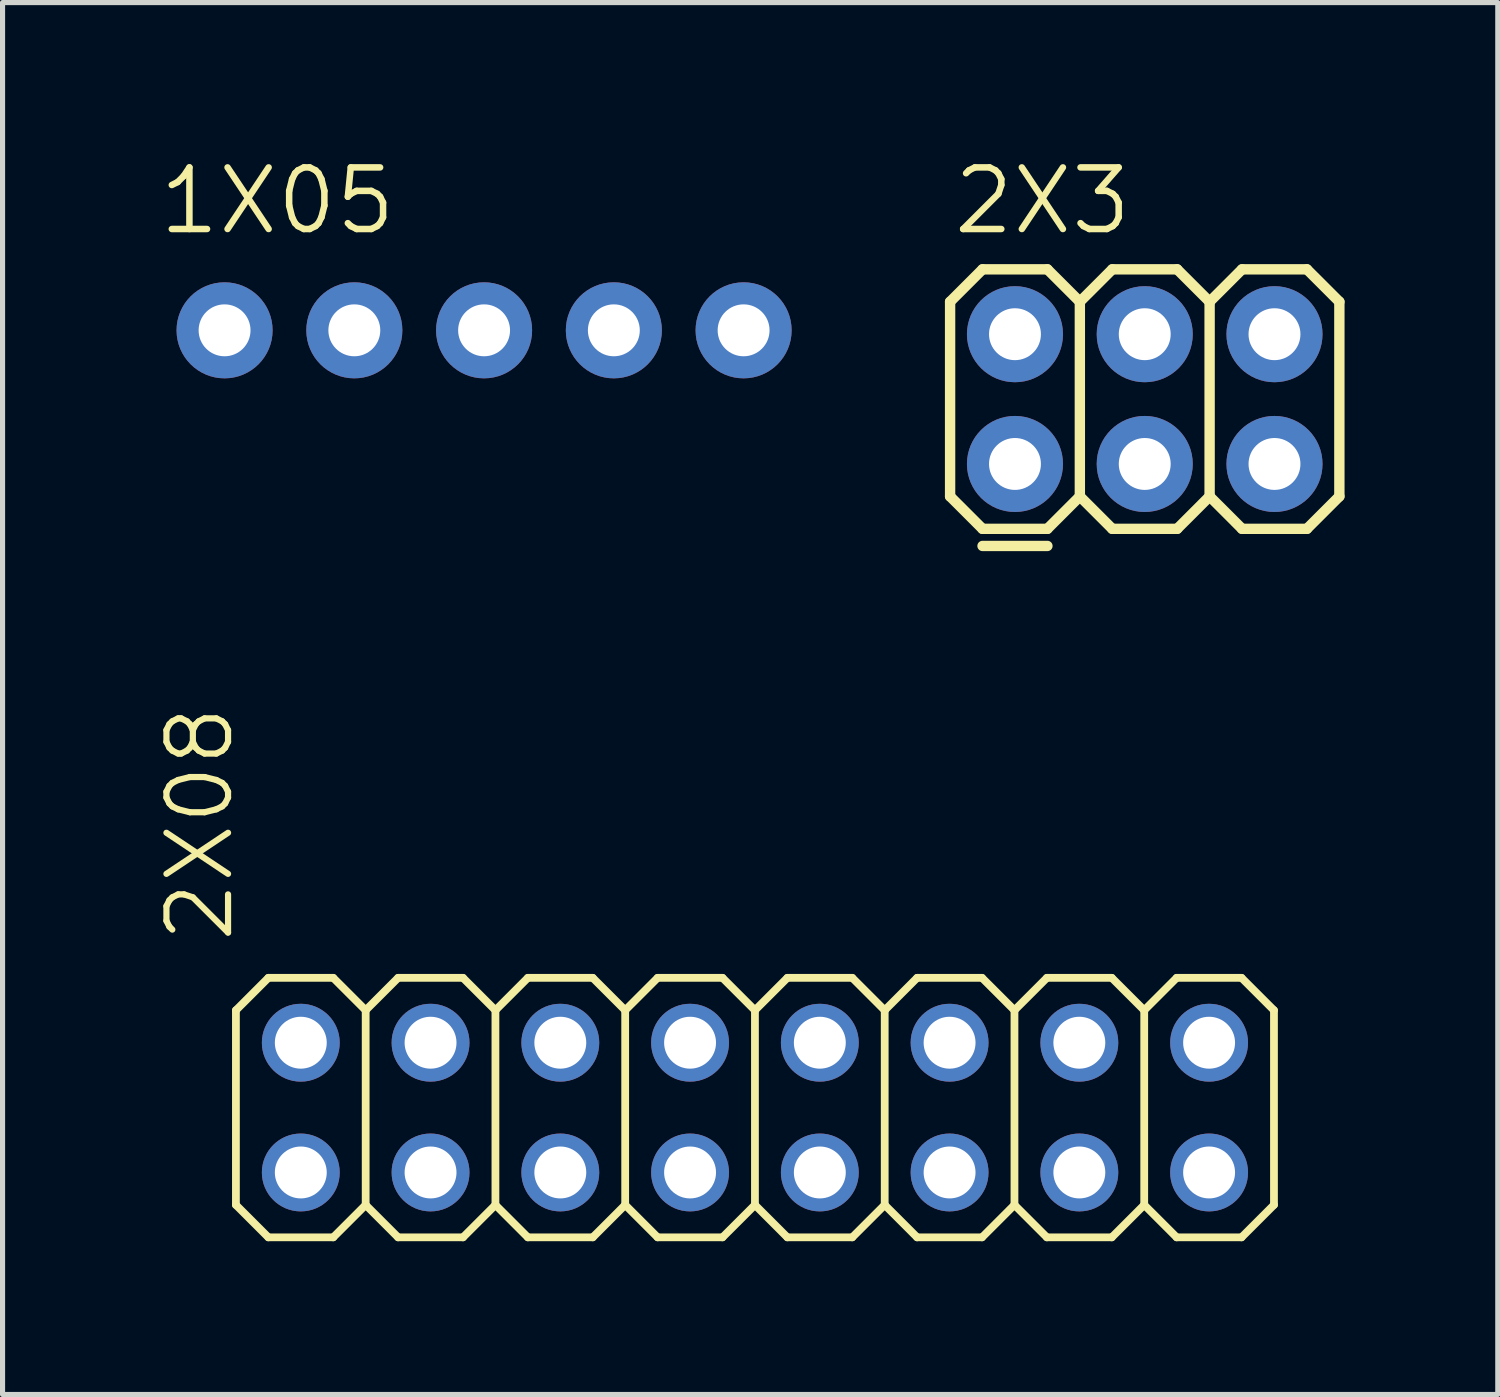
<source format=kicad_pcb>
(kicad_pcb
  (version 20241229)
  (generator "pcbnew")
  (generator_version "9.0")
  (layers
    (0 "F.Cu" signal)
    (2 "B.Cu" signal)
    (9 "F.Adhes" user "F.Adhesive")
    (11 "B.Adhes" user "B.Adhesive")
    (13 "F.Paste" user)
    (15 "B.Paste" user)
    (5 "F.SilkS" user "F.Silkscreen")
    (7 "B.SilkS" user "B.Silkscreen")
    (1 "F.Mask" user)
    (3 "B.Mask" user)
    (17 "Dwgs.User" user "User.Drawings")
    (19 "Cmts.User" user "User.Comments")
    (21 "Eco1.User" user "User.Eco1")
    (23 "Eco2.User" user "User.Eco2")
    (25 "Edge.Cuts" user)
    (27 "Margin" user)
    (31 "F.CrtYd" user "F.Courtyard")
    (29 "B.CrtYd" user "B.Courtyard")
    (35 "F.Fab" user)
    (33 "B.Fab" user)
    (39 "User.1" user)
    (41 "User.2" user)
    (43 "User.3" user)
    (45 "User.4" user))
  (footprint "1X05"
    (layer "F.Cu")
    (at 1.346 3.416)
    (property "Reference" "1X05" (at -1.346 -1.829 0) (layer "F.SilkS") (effects (font (size 1.206 1.206) (thickness 0.127)) (justify left bottom)))
    (attr through_hole)
    (fp_poly (pts (xy -0.254 0.254) (xy 0.254 0.254) (xy 0.254 -0.254) (xy -0.254 -0.254)) (stroke (width 0.1) (type solid)) (fill no) (layer "F.Fab"))
    (fp_poly (pts (xy 2.286 0.254) (xy 2.794 0.254) (xy 2.794 -0.254) (xy 2.286 -0.254)) (stroke (width 0.1) (type solid)) (fill no) (layer "F.Fab"))
    (fp_poly (pts (xy 4.826 0.254) (xy 5.334 0.254) (xy 5.334 -0.254) (xy 4.826 -0.254)) (stroke (width 0.1) (type solid)) (fill no) (layer "F.Fab"))
    (fp_poly (pts (xy 7.366 0.254) (xy 7.874 0.254) (xy 7.874 -0.254) (xy 7.366 -0.254)) (stroke (width 0.1) (type solid)) (fill no) (layer "F.Fab"))
    (fp_poly (pts (xy 9.906 0.254) (xy 10.414 0.254) (xy 10.414 -0.254) (xy 9.906 -0.254)) (stroke (width 0.1) (type solid)) (fill no) (layer "F.Fab"))
    (pad "1" thru_hole circle (at 0 0 90) (size 1.88 1.88) (drill 1.016) (layers "*.Cu" "*.Mask"))
    (pad "2" thru_hole circle (at 2.54 0 90) (size 1.88 1.88) (drill 1.016) (layers "*.Cu" "*.Mask"))
    (pad "3" thru_hole circle (at 5.08 0 90) (size 1.88 1.88) (drill 1.016) (layers "*.Cu" "*.Mask"))
    (pad "4" thru_hole circle (at 7.62 0 90) (size 1.88 1.88) (drill 1.016) (layers "*.Cu" "*.Mask"))
    (pad "5" thru_hole circle (at 10.16 0 90) (size 1.88 1.88) (drill 1.016) (layers "*.Cu" "*.Mask")))
  (footprint "2X08"
    (layer "F.Cu")
    (at 11.728 18.631)
    (property "Reference" "2X08" (at -10.16 -3.175 90) (layer "F.SilkS") (effects (font (size 1.206 1.206) (thickness 0.121)) (justify left bottom)))
    (attr through_hole)
    (fp_line (start -10.16 -1.905) (end -9.525 -2.54) (stroke (width 0.152) (type solid)) (layer "F.SilkS"))
    (fp_line (start -10.16 1.905) (end -10.16 -1.905) (stroke (width 0.152) (type solid)) (layer "F.SilkS"))
    (fp_line (start -10.16 1.905) (end -9.525 2.54) (stroke (width 0.152) (type solid)) (layer "F.SilkS"))
    (fp_line (start -9.525 -2.54) (end -8.255 -2.54) (stroke (width 0.152) (type solid)) (layer "F.SilkS"))
    (fp_line (start -9.525 2.54) (end -8.255 2.54) (stroke (width 0.152) (type solid)) (layer "F.SilkS"))
    (fp_line (start -8.255 -2.54) (end -7.62 -1.905) (stroke (width 0.152) (type solid)) (layer "F.SilkS"))
    (fp_line (start -8.255 2.54) (end -7.62 1.905) (stroke (width 0.152) (type solid)) (layer "F.SilkS"))
    (fp_line (start -7.62 -1.905) (end -7.62 1.905) (stroke (width 0.152) (type solid)) (layer "F.SilkS"))
    (fp_line (start -7.62 -1.905) (end -6.985 -2.54) (stroke (width 0.152) (type solid)) (layer "F.SilkS"))
    (fp_line (start -7.62 1.905) (end -6.985 2.54) (stroke (width 0.152) (type solid)) (layer "F.SilkS"))
    (fp_line (start -6.985 -2.54) (end -5.715 -2.54) (stroke (width 0.152) (type solid)) (layer "F.SilkS"))
    (fp_line (start -6.985 2.54) (end -5.715 2.54) (stroke (width 0.152) (type solid)) (layer "F.SilkS"))
    (fp_line (start -5.715 -2.54) (end -5.08 -1.905) (stroke (width 0.152) (type solid)) (layer "F.SilkS"))
    (fp_line (start -5.715 2.54) (end -5.08 1.905) (stroke (width 0.152) (type solid)) (layer "F.SilkS"))
    (fp_line (start -5.08 -1.905) (end -5.08 1.905) (stroke (width 0.152) (type solid)) (layer "F.SilkS"))
    (fp_line (start -5.08 -1.905) (end -4.445 -2.54) (stroke (width 0.152) (type solid)) (layer "F.SilkS"))
    (fp_line (start -5.08 1.905) (end -4.445 2.54) (stroke (width 0.152) (type solid)) (layer "F.SilkS"))
    (fp_line (start -4.445 -2.54) (end -3.175 -2.54) (stroke (width 0.152) (type solid)) (layer "F.SilkS"))
    (fp_line (start -4.445 2.54) (end -3.175 2.54) (stroke (width 0.152) (type solid)) (layer "F.SilkS"))
    (fp_line (start -3.175 -2.54) (end -2.54 -1.905) (stroke (width 0.152) (type solid)) (layer "F.SilkS"))
    (fp_line (start -3.175 2.54) (end -2.54 1.905) (stroke (width 0.152) (type solid)) (layer "F.SilkS"))
    (fp_line (start -2.54 -1.905) (end -2.54 1.905) (stroke (width 0.152) (type solid)) (layer "F.SilkS"))
    (fp_line (start -2.54 -1.905) (end -1.905 -2.54) (stroke (width 0.152) (type solid)) (layer "F.SilkS"))
    (fp_line (start -2.54 1.905) (end -1.905 2.54) (stroke (width 0.152) (type solid)) (layer "F.SilkS"))
    (fp_line (start -1.905 -2.54) (end -0.635 -2.54) (stroke (width 0.152) (type solid)) (layer "F.SilkS"))
    (fp_line (start -1.905 2.54) (end -0.635 2.54) (stroke (width 0.152) (type solid)) (layer "F.SilkS"))
    (fp_line (start -0.635 -2.54) (end 0 -1.905) (stroke (width 0.152) (type solid)) (layer "F.SilkS"))
    (fp_line (start -0.635 2.54) (end 0 1.905) (stroke (width 0.152) (type solid)) (layer "F.SilkS"))
    (fp_line (start 0 -1.905) (end 0 1.905) (stroke (width 0.152) (type solid)) (layer "F.SilkS"))
    (fp_line (start 0 -1.905) (end 0.635 -2.54) (stroke (width 0.152) (type solid)) (layer "F.SilkS"))
    (fp_line (start 0 1.905) (end 0.635 2.54) (stroke (width 0.152) (type solid)) (layer "F.SilkS"))
    (fp_line (start 0.635 -2.54) (end 1.905 -2.54) (stroke (width 0.152) (type solid)) (layer "F.SilkS"))
    (fp_line (start 0.635 2.54) (end 1.905 2.54) (stroke (width 0.152) (type solid)) (layer "F.SilkS"))
    (fp_line (start 1.905 -2.54) (end 2.54 -1.905) (stroke (width 0.152) (type solid)) (layer "F.SilkS"))
    (fp_line (start 1.905 2.54) (end 2.54 1.905) (stroke (width 0.152) (type solid)) (layer "F.SilkS"))
    (fp_line (start 2.54 -1.905) (end 2.54 1.905) (stroke (width 0.152) (type solid)) (layer "F.SilkS"))
    (fp_line (start 2.54 -1.905) (end 3.175 -2.54) (stroke (width 0.152) (type solid)) (layer "F.SilkS"))
    (fp_line (start 2.54 1.905) (end 3.175 2.54) (stroke (width 0.152) (type solid)) (layer "F.SilkS"))
    (fp_line (start 3.175 -2.54) (end 4.445 -2.54) (stroke (width 0.152) (type solid)) (layer "F.SilkS"))
    (fp_line (start 3.175 2.54) (end 4.445 2.54) (stroke (width 0.152) (type solid)) (layer "F.SilkS"))
    (fp_line (start 4.445 -2.54) (end 5.08 -1.905) (stroke (width 0.152) (type solid)) (layer "F.SilkS"))
    (fp_line (start 4.445 2.54) (end 5.08 1.905) (stroke (width 0.152) (type solid)) (layer "F.SilkS"))
    (fp_line (start 5.08 -1.905) (end 5.08 1.905) (stroke (width 0.152) (type solid)) (layer "F.SilkS"))
    (fp_line (start 5.08 -1.905) (end 5.715 -2.54) (stroke (width 0.152) (type solid)) (layer "F.SilkS"))
    (fp_line (start 5.08 1.905) (end 5.715 2.54) (stroke (width 0.152) (type solid)) (layer "F.SilkS"))
    (fp_line (start 5.715 -2.54) (end 6.985 -2.54) (stroke (width 0.152) (type solid)) (layer "F.SilkS"))
    (fp_line (start 5.715 2.54) (end 6.985 2.54) (stroke (width 0.152) (type solid)) (layer "F.SilkS"))
    (fp_line (start 6.985 -2.54) (end 7.62 -1.905) (stroke (width 0.152) (type solid)) (layer "F.SilkS"))
    (fp_line (start 7.62 -1.905) (end 7.62 1.905) (stroke (width 0.152) (type solid)) (layer "F.SilkS"))
    (fp_line (start 7.62 -1.905) (end 8.255 -2.54) (stroke (width 0.152) (type solid)) (layer "F.SilkS"))
    (fp_line (start 7.62 1.905) (end 6.985 2.54) (stroke (width 0.152) (type solid)) (layer "F.SilkS"))
    (fp_line (start 7.62 1.905) (end 8.255 2.54) (stroke (width 0.152) (type solid)) (layer "F.SilkS"))
    (fp_line (start 8.255 -2.54) (end 9.525 -2.54) (stroke (width 0.152) (type solid)) (layer "F.SilkS"))
    (fp_line (start 8.255 2.54) (end 9.525 2.54) (stroke (width 0.152) (type solid)) (layer "F.SilkS"))
    (fp_line (start 9.525 -2.54) (end 10.16 -1.905) (stroke (width 0.152) (type solid)) (layer "F.SilkS"))
    (fp_line (start 10.16 -1.905) (end 10.16 1.905) (stroke (width 0.152) (type solid)) (layer "F.SilkS"))
    (fp_line (start 10.16 1.905) (end 9.525 2.54) (stroke (width 0.152) (type solid)) (layer "F.SilkS"))
    (fp_poly (pts (xy -9.144 -1.016) (xy -8.636 -1.016) (xy -8.636 -1.524) (xy -9.144 -1.524)) (stroke (width 0.1) (type solid)) (fill no) (layer "F.Fab"))
    (fp_poly (pts (xy -9.144 1.524) (xy -8.636 1.524) (xy -8.636 1.016) (xy -9.144 1.016)) (stroke (width 0.1) (type solid)) (fill no) (layer "F.Fab"))
    (fp_poly (pts (xy -6.604 -1.016) (xy -6.096 -1.016) (xy -6.096 -1.524) (xy -6.604 -1.524)) (stroke (width 0.1) (type solid)) (fill no) (layer "F.Fab"))
    (fp_poly (pts (xy -6.604 1.524) (xy -6.096 1.524) (xy -6.096 1.016) (xy -6.604 1.016)) (stroke (width 0.1) (type solid)) (fill no) (layer "F.Fab"))
    (fp_poly (pts (xy -4.064 -1.016) (xy -3.556 -1.016) (xy -3.556 -1.524) (xy -4.064 -1.524)) (stroke (width 0.1) (type solid)) (fill no) (layer "F.Fab"))
    (fp_poly (pts (xy -4.064 1.524) (xy -3.556 1.524) (xy -3.556 1.016) (xy -4.064 1.016)) (stroke (width 0.1) (type solid)) (fill no) (layer "F.Fab"))
    (fp_poly (pts (xy -1.524 -1.016) (xy -1.016 -1.016) (xy -1.016 -1.524) (xy -1.524 -1.524)) (stroke (width 0.1) (type solid)) (fill no) (layer "F.Fab"))
    (fp_poly (pts (xy -1.524 1.524) (xy -1.016 1.524) (xy -1.016 1.016) (xy -1.524 1.016)) (stroke (width 0.1) (type solid)) (fill no) (layer "F.Fab"))
    (fp_poly (pts (xy 1.016 -1.016) (xy 1.524 -1.016) (xy 1.524 -1.524) (xy 1.016 -1.524)) (stroke (width 0.1) (type solid)) (fill no) (layer "F.Fab"))
    (fp_poly (pts (xy 1.016 1.524) (xy 1.524 1.524) (xy 1.524 1.016) (xy 1.016 1.016)) (stroke (width 0.1) (type solid)) (fill no) (layer "F.Fab"))
    (fp_poly (pts (xy 3.556 -1.016) (xy 4.064 -1.016) (xy 4.064 -1.524) (xy 3.556 -1.524)) (stroke (width 0.1) (type solid)) (fill no) (layer "F.Fab"))
    (fp_poly (pts (xy 3.556 1.524) (xy 4.064 1.524) (xy 4.064 1.016) (xy 3.556 1.016)) (stroke (width 0.1) (type solid)) (fill no) (layer "F.Fab"))
    (fp_poly (pts (xy 6.096 -1.016) (xy 6.604 -1.016) (xy 6.604 -1.524) (xy 6.096 -1.524)) (stroke (width 0.1) (type solid)) (fill no) (layer "F.Fab"))
    (fp_poly (pts (xy 6.096 1.524) (xy 6.604 1.524) (xy 6.604 1.016) (xy 6.096 1.016)) (stroke (width 0.1) (type solid)) (fill no) (layer "F.Fab"))
    (fp_poly (pts (xy 8.636 -1.016) (xy 9.144 -1.016) (xy 9.144 -1.524) (xy 8.636 -1.524)) (stroke (width 0.1) (type solid)) (fill no) (layer "F.Fab"))
    (fp_poly (pts (xy 8.636 1.524) (xy 9.144 1.524) (xy 9.144 1.016) (xy 8.636 1.016)) (stroke (width 0.1) (type solid)) (fill no) (layer "F.Fab"))
    (pad "1" thru_hole circle (at -8.89 1.27) (size 1.524 1.524) (drill 1.016) (layers "*.Cu" "*.Mask"))
    (pad "2" thru_hole circle (at -8.89 -1.27) (size 1.524 1.524) (drill 1.016) (layers "*.Cu" "*.Mask"))
    (pad "3" thru_hole circle (at -6.35 1.27) (size 1.524 1.524) (drill 1.016) (layers "*.Cu" "*.Mask"))
    (pad "4" thru_hole circle (at -6.35 -1.27) (size 1.524 1.524) (drill 1.016) (layers "*.Cu" "*.Mask"))
    (pad "5" thru_hole circle (at -3.81 1.27) (size 1.524 1.524) (drill 1.016) (layers "*.Cu" "*.Mask"))
    (pad "6" thru_hole circle (at -3.81 -1.27) (size 1.524 1.524) (drill 1.016) (layers "*.Cu" "*.Mask"))
    (pad "7" thru_hole circle (at -1.27 1.27) (size 1.524 1.524) (drill 1.016) (layers "*.Cu" "*.Mask"))
    (pad "8" thru_hole circle (at -1.27 -1.27) (size 1.524 1.524) (drill 1.016) (layers "*.Cu" "*.Mask"))
    (pad "9" thru_hole circle (at 1.27 1.27) (size 1.524 1.524) (drill 1.016) (layers "*.Cu" "*.Mask"))
    (pad "10" thru_hole circle (at 1.27 -1.27) (size 1.524 1.524) (drill 1.016) (layers "*.Cu" "*.Mask"))
    (pad "11" thru_hole circle (at 3.81 1.27) (size 1.524 1.524) (drill 1.016) (layers "*.Cu" "*.Mask"))
    (pad "12" thru_hole circle (at 3.81 -1.27) (size 1.524 1.524) (drill 1.016) (layers "*.Cu" "*.Mask"))
    (pad "13" thru_hole circle (at 6.35 1.27) (size 1.524 1.524) (drill 1.016) (layers "*.Cu" "*.Mask"))
    (pad "14" thru_hole circle (at 6.35 -1.27) (size 1.524 1.524) (drill 1.016) (layers "*.Cu" "*.Mask"))
    (pad "15" thru_hole circle (at 8.89 1.27) (size 1.524 1.524) (drill 1.016) (layers "*.Cu" "*.Mask"))
    (pad "16" thru_hole circle (at 8.89 -1.27) (size 1.524 1.524) (drill 1.016) (layers "*.Cu" "*.Mask")))
  (footprint "2X3"
    (layer "F.Cu")
    (at 16.818 6.032)
    (property "Reference" "2X3" (at -1.27 -4.445 0) (layer "F.SilkS") (effects (font (size 1.206 1.206) (thickness 0.127)) (justify left bottom)))
    (attr through_hole)
    (fp_line (start -1.27 -3.175) (end -0.635 -3.81) (stroke (width 0.203) (type solid)) (layer "F.SilkS"))
    (fp_line (start -1.27 0.635) (end -1.27 -3.175) (stroke (width 0.203) (type solid)) (layer "F.SilkS"))
    (fp_line (start -1.27 0.635) (end -0.635 1.27) (stroke (width 0.203) (type solid)) (layer "F.SilkS"))
    (fp_line (start -0.635 -3.81) (end 0.635 -3.81) (stroke (width 0.203) (type solid)) (layer "F.SilkS"))
    (fp_line (start -0.635 1.27) (end 0.635 1.27) (stroke (width 0.203) (type solid)) (layer "F.SilkS"))
    (fp_line (start 0.635 -3.81) (end 1.27 -3.175) (stroke (width 0.203) (type solid)) (layer "F.SilkS"))
    (fp_line (start 0.635 1.27) (end 1.27 0.635) (stroke (width 0.203) (type solid)) (layer "F.SilkS"))
    (fp_line (start 0.635 1.605) (end -0.635 1.605) (stroke (width 0.203) (type solid)) (layer "F.SilkS"))
    (fp_line (start 1.27 -3.175) (end 1.27 0.635) (stroke (width 0.203) (type solid)) (layer "F.SilkS"))
    (fp_line (start 1.27 -3.175) (end 1.905 -3.81) (stroke (width 0.203) (type solid)) (layer "F.SilkS"))
    (fp_line (start 1.27 0.635) (end 1.905 1.27) (stroke (width 0.203) (type solid)) (layer "F.SilkS"))
    (fp_line (start 1.905 -3.81) (end 3.175 -3.81) (stroke (width 0.203) (type solid)) (layer "F.SilkS"))
    (fp_line (start 1.905 1.27) (end 3.175 1.27) (stroke (width 0.203) (type solid)) (layer "F.SilkS"))
    (fp_line (start 3.175 -3.81) (end 3.81 -3.175) (stroke (width 0.203) (type solid)) (layer "F.SilkS"))
    (fp_line (start 3.175 1.27) (end 3.81 0.635) (stroke (width 0.203) (type solid)) (layer "F.SilkS"))
    (fp_line (start 3.81 -3.175) (end 3.81 0.635) (stroke (width 0.203) (type solid)) (layer "F.SilkS"))
    (fp_line (start 3.81 -3.175) (end 4.445 -3.81) (stroke (width 0.203) (type solid)) (layer "F.SilkS"))
    (fp_line (start 3.81 0.635) (end 4.445 1.27) (stroke (width 0.203) (type solid)) (layer "F.SilkS"))
    (fp_line (start 4.445 -3.81) (end 5.715 -3.81) (stroke (width 0.203) (type solid)) (layer "F.SilkS"))
    (fp_line (start 4.445 1.27) (end 5.715 1.27) (stroke (width 0.203) (type solid)) (layer "F.SilkS"))
    (fp_line (start 5.715 -3.81) (end 6.35 -3.175) (stroke (width 0.203) (type solid)) (layer "F.SilkS"))
    (fp_line (start 5.715 1.27) (end 6.35 0.635) (stroke (width 0.203) (type solid)) (layer "F.SilkS"))
    (fp_line (start 6.35 -3.175) (end 6.35 0.635) (stroke (width 0.203) (type solid)) (layer "F.SilkS"))
    (fp_poly (pts (xy -0.254 -2.286) (xy 0.254 -2.286) (xy 0.254 -2.794) (xy -0.254 -2.794)) (stroke (width 0.1) (type solid)) (fill no) (layer "F.Fab"))
    (fp_poly (pts (xy -0.254 0.254) (xy 0.254 0.254) (xy 0.254 -0.254) (xy -0.254 -0.254)) (stroke (width 0.1) (type solid)) (fill no) (layer "F.Fab"))
    (fp_poly (pts (xy 2.286 -2.286) (xy 2.794 -2.286) (xy 2.794 -2.794) (xy 2.286 -2.794)) (stroke (width 0.1) (type solid)) (fill no) (layer "F.Fab"))
    (fp_poly (pts (xy 2.286 0.254) (xy 2.794 0.254) (xy 2.794 -0.254) (xy 2.286 -0.254)) (stroke (width 0.1) (type solid)) (fill no) (layer "F.Fab"))
    (fp_poly (pts (xy 4.826 -2.286) (xy 5.334 -2.286) (xy 5.334 -2.794) (xy 4.826 -2.794)) (stroke (width 0.1) (type solid)) (fill no) (layer "F.Fab"))
    (fp_poly (pts (xy 4.826 0.254) (xy 5.334 0.254) (xy 5.334 -0.254) (xy 4.826 -0.254)) (stroke (width 0.1) (type solid)) (fill no) (layer "F.Fab"))
    (pad "1" thru_hole circle (at 0 0) (size 1.88 1.88) (drill 1.016) (layers "*.Cu" "*.Mask"))
    (pad "2" thru_hole circle (at 0 -2.54) (size 1.88 1.88) (drill 1.016) (layers "*.Cu" "*.Mask"))
    (pad "3" thru_hole circle (at 2.54 0) (size 1.88 1.88) (drill 1.016) (layers "*.Cu" "*.Mask"))
    (pad "4" thru_hole circle (at 2.54 -2.54) (size 1.88 1.88) (drill 1.016) (layers "*.Cu" "*.Mask"))
    (pad "5" thru_hole circle (at 5.08 0) (size 1.88 1.88) (drill 1.016) (layers "*.Cu" "*.Mask"))
    (pad "6" thru_hole circle (at 5.08 -2.54) (size 1.88 1.88) (drill 1.016) (layers "*.Cu" "*.Mask")))
  (gr_rect
    (start -3 -3)
    (end 26.269 24.247)
    (stroke (width 0.1) (type default))
    (fill no)
    (layer "Edge.Cuts")))
</source>
